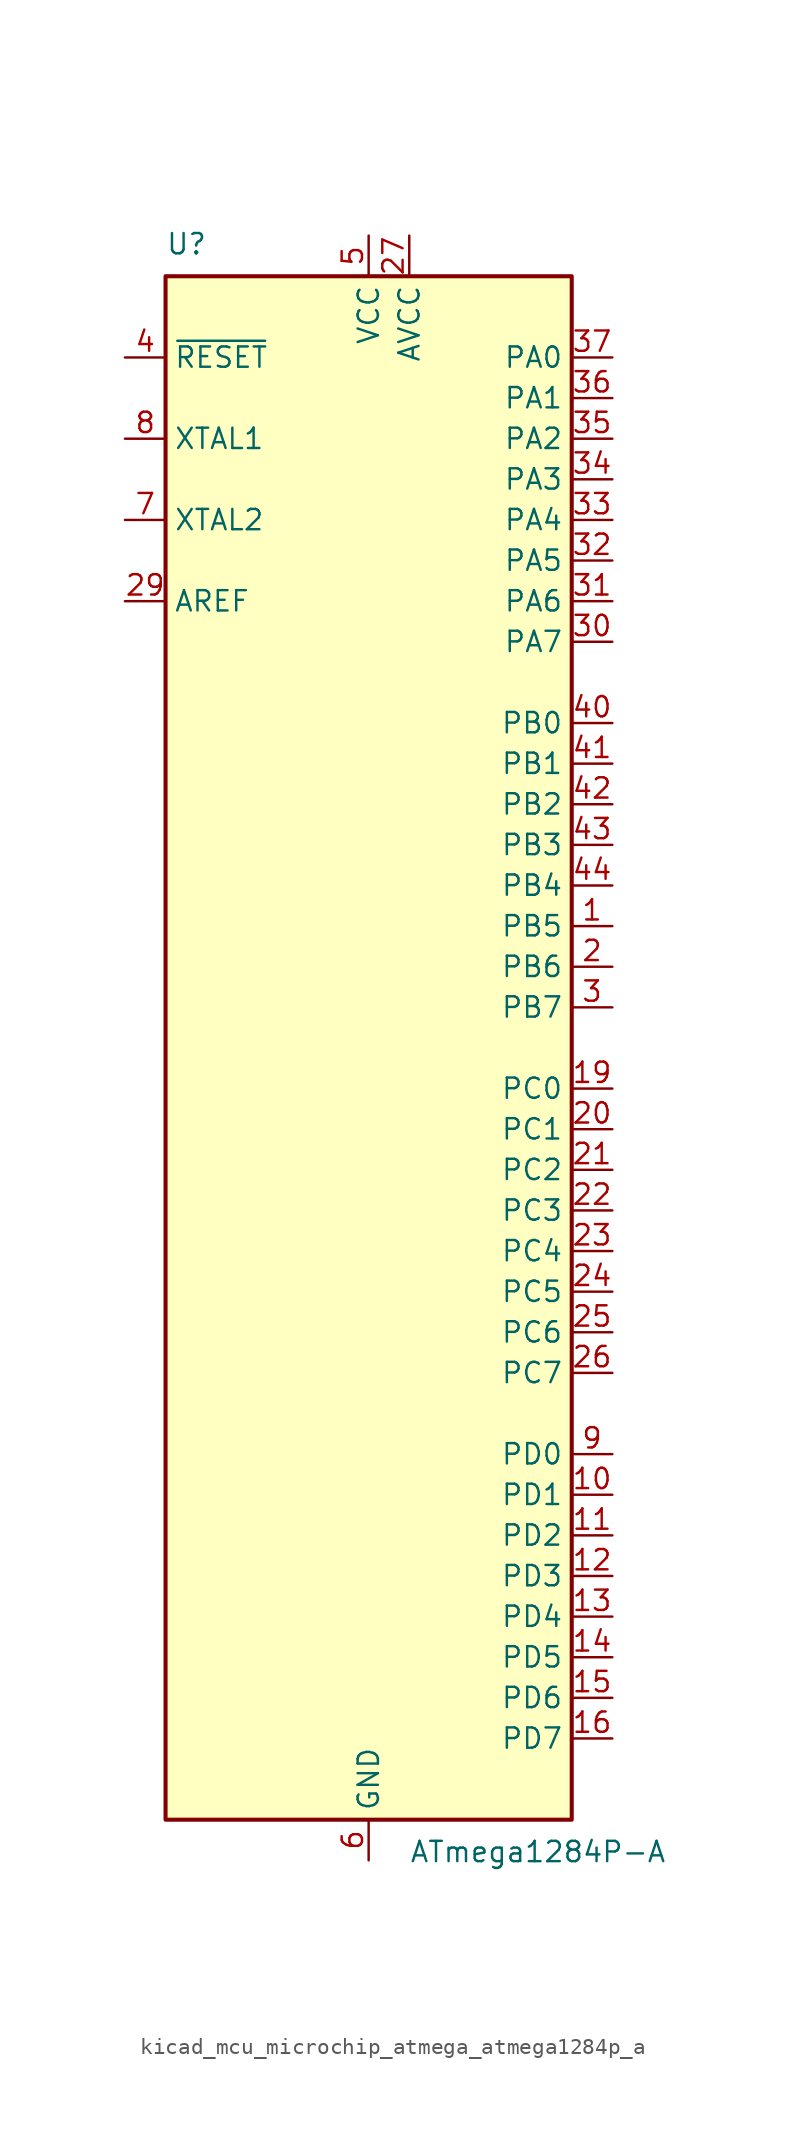
<source format=kicad_sym>
(kicad_symbol_lib
  (version 20220914)
  (generator kicad_symbol_editor)
  (symbol "kicad_mcu_microchip_atmega_atmega1284p_a"
    (property "Reference" "U"
      (at -12.7 49.53 0)
      (effects (font (size 1.27 1.27)) (justify left bottom)))
    (property "Value" "ATmega1284P-A"
      (at 2.54 -49.53 0)
      (effects (font (size 1.27 1.27)) (justify left top)))
    (symbol "kicad_mcu_microchip_atmega_atmega1284p_a_0_1"
      (rectangle (start -12.7 -48.26) (end 12.7 48.26) (stroke (width 0.254) (type default)) (fill (type background))))
    (symbol "kicad_mcu_microchip_atmega_atmega1284p_a_1_1"
      (pin bidirectional line (at 15.24 7.62 180) (length 2.54) (name "PB5" (effects (font (size 1.27 1.27)))) (number "1" (effects (font (size 1.27 1.27)))))
      (pin bidirectional line (at 15.24 -27.94 180) (length 2.54) (name "PD1" (effects (font (size 1.27 1.27)))) (number "10" (effects (font (size 1.27 1.27)))))
      (pin bidirectional line (at 15.24 -30.48 180) (length 2.54) (name "PD2" (effects (font (size 1.27 1.27)))) (number "11" (effects (font (size 1.27 1.27)))))
      (pin bidirectional line (at 15.24 -33.02 180) (length 2.54) (name "PD3" (effects (font (size 1.27 1.27)))) (number "12" (effects (font (size 1.27 1.27)))))
      (pin bidirectional line (at 15.24 -35.56 180) (length 2.54) (name "PD4" (effects (font (size 1.27 1.27)))) (number "13" (effects (font (size 1.27 1.27)))))
      (pin bidirectional line (at 15.24 -38.1 180) (length 2.54) (name "PD5" (effects (font (size 1.27 1.27)))) (number "14" (effects (font (size 1.27 1.27)))))
      (pin bidirectional line (at 15.24 -40.64 180) (length 2.54) (name "PD6" (effects (font (size 1.27 1.27)))) (number "15" (effects (font (size 1.27 1.27)))))
      (pin bidirectional line (at 15.24 -43.18 180) (length 2.54) (name "PD7" (effects (font (size 1.27 1.27)))) (number "16" (effects (font (size 1.27 1.27)))))
      (pin passive line (at 0 50.8 270) (length 2.54) hide (name "VCC" (effects (font (size 1.27 1.27)))) (number "17" (effects (font (size 1.27 1.27)))))
      (pin passive line (at 0 -50.8 90) (length 2.54) hide (name "GND" (effects (font (size 1.27 1.27)))) (number "18" (effects (font (size 1.27 1.27)))))
      (pin bidirectional line (at 15.24 -2.54 180) (length 2.54) (name "PC0" (effects (font (size 1.27 1.27)))) (number "19" (effects (font (size 1.27 1.27)))))
      (pin bidirectional line (at 15.24 5.08 180) (length 2.54) (name "PB6" (effects (font (size 1.27 1.27)))) (number "2" (effects (font (size 1.27 1.27)))))
      (pin bidirectional line (at 15.24 -5.08 180) (length 2.54) (name "PC1" (effects (font (size 1.27 1.27)))) (number "20" (effects (font (size 1.27 1.27)))))
      (pin bidirectional line (at 15.24 -7.62 180) (length 2.54) (name "PC2" (effects (font (size 1.27 1.27)))) (number "21" (effects (font (size 1.27 1.27)))))
      (pin bidirectional line (at 15.24 -10.16 180) (length 2.54) (name "PC3" (effects (font (size 1.27 1.27)))) (number "22" (effects (font (size 1.27 1.27)))))
      (pin bidirectional line (at 15.24 -12.7 180) (length 2.54) (name "PC4" (effects (font (size 1.27 1.27)))) (number "23" (effects (font (size 1.27 1.27)))))
      (pin bidirectional line (at 15.24 -15.24 180) (length 2.54) (name "PC5" (effects (font (size 1.27 1.27)))) (number "24" (effects (font (size 1.27 1.27)))))
      (pin bidirectional line (at 15.24 -17.78 180) (length 2.54) (name "PC6" (effects (font (size 1.27 1.27)))) (number "25" (effects (font (size 1.27 1.27)))))
      (pin bidirectional line (at 15.24 -20.32 180) (length 2.54) (name "PC7" (effects (font (size 1.27 1.27)))) (number "26" (effects (font (size 1.27 1.27)))))
      (pin power_in line (at 2.54 50.8 270) (length 2.54) (name "AVCC" (effects (font (size 1.27 1.27)))) (number "27" (effects (font (size 1.27 1.27)))))
      (pin passive line (at 0 -50.8 90) (length 2.54) hide (name "GND" (effects (font (size 1.27 1.27)))) (number "28" (effects (font (size 1.27 1.27)))))
      (pin passive line (at -15.24 27.94 0) (length 2.54) (name "AREF" (effects (font (size 1.27 1.27)))) (number "29" (effects (font (size 1.27 1.27)))))
      (pin bidirectional line (at 15.24 2.54 180) (length 2.54) (name "PB7" (effects (font (size 1.27 1.27)))) (number "3" (effects (font (size 1.27 1.27)))))
      (pin bidirectional line (at 15.24 25.4 180) (length 2.54) (name "PA7" (effects (font (size 1.27 1.27)))) (number "30" (effects (font (size 1.27 1.27)))))
      (pin bidirectional line (at 15.24 27.94 180) (length 2.54) (name "PA6" (effects (font (size 1.27 1.27)))) (number "31" (effects (font (size 1.27 1.27)))))
      (pin bidirectional line (at 15.24 30.48 180) (length 2.54) (name "PA5" (effects (font (size 1.27 1.27)))) (number "32" (effects (font (size 1.27 1.27)))))
      (pin bidirectional line (at 15.24 33.02 180) (length 2.54) (name "PA4" (effects (font (size 1.27 1.27)))) (number "33" (effects (font (size 1.27 1.27)))))
      (pin bidirectional line (at 15.24 35.56 180) (length 2.54) (name "PA3" (effects (font (size 1.27 1.27)))) (number "34" (effects (font (size 1.27 1.27)))))
      (pin bidirectional line (at 15.24 38.1 180) (length 2.54) (name "PA2" (effects (font (size 1.27 1.27)))) (number "35" (effects (font (size 1.27 1.27)))))
      (pin bidirectional line (at 15.24 40.64 180) (length 2.54) (name "PA1" (effects (font (size 1.27 1.27)))) (number "36" (effects (font (size 1.27 1.27)))))
      (pin bidirectional line (at 15.24 43.18 180) (length 2.54) (name "PA0" (effects (font (size 1.27 1.27)))) (number "37" (effects (font (size 1.27 1.27)))))
      (pin passive line (at 0 50.8 270) (length 2.54) hide (name "VCC" (effects (font (size 1.27 1.27)))) (number "38" (effects (font (size 1.27 1.27)))))
      (pin passive line (at 0 -50.8 90) (length 2.54) hide (name "GND" (effects (font (size 1.27 1.27)))) (number "39" (effects (font (size 1.27 1.27)))))
      (pin input line (at -15.24 43.18 0) (length 2.54) (name "~{RESET}" (effects (font (size 1.27 1.27)))) (number "4" (effects (font (size 1.27 1.27)))))
      (pin bidirectional line (at 15.24 20.32 180) (length 2.54) (name "PB0" (effects (font (size 1.27 1.27)))) (number "40" (effects (font (size 1.27 1.27)))))
      (pin bidirectional line (at 15.24 17.78 180) (length 2.54) (name "PB1" (effects (font (size 1.27 1.27)))) (number "41" (effects (font (size 1.27 1.27)))))
      (pin bidirectional line (at 15.24 15.24 180) (length 2.54) (name "PB2" (effects (font (size 1.27 1.27)))) (number "42" (effects (font (size 1.27 1.27)))))
      (pin bidirectional line (at 15.24 12.7 180) (length 2.54) (name "PB3" (effects (font (size 1.27 1.27)))) (number "43" (effects (font (size 1.27 1.27)))))
      (pin bidirectional line (at 15.24 10.16 180) (length 2.54) (name "PB4" (effects (font (size 1.27 1.27)))) (number "44" (effects (font (size 1.27 1.27)))))
      (pin power_in line (at 0 50.8 270) (length 2.54) (name "VCC" (effects (font (size 1.27 1.27)))) (number "5" (effects (font (size 1.27 1.27)))))
      (pin power_in line (at 0 -50.8 90) (length 2.54) (name "GND" (effects (font (size 1.27 1.27)))) (number "6" (effects (font (size 1.27 1.27)))))
      (pin output line (at -15.24 33.02 0) (length 2.54) (name "XTAL2" (effects (font (size 1.27 1.27)))) (number "7" (effects (font (size 1.27 1.27)))))
      (pin input line (at -15.24 38.1 0) (length 2.54) (name "XTAL1" (effects (font (size 1.27 1.27)))) (number "8" (effects (font (size 1.27 1.27)))))
      (pin bidirectional line (at 15.24 -25.4 180) (length 2.54) (name "PD0" (effects (font (size 1.27 1.27)))) (number "9" (effects (font (size 1.27 1.27))))))))
</source>
